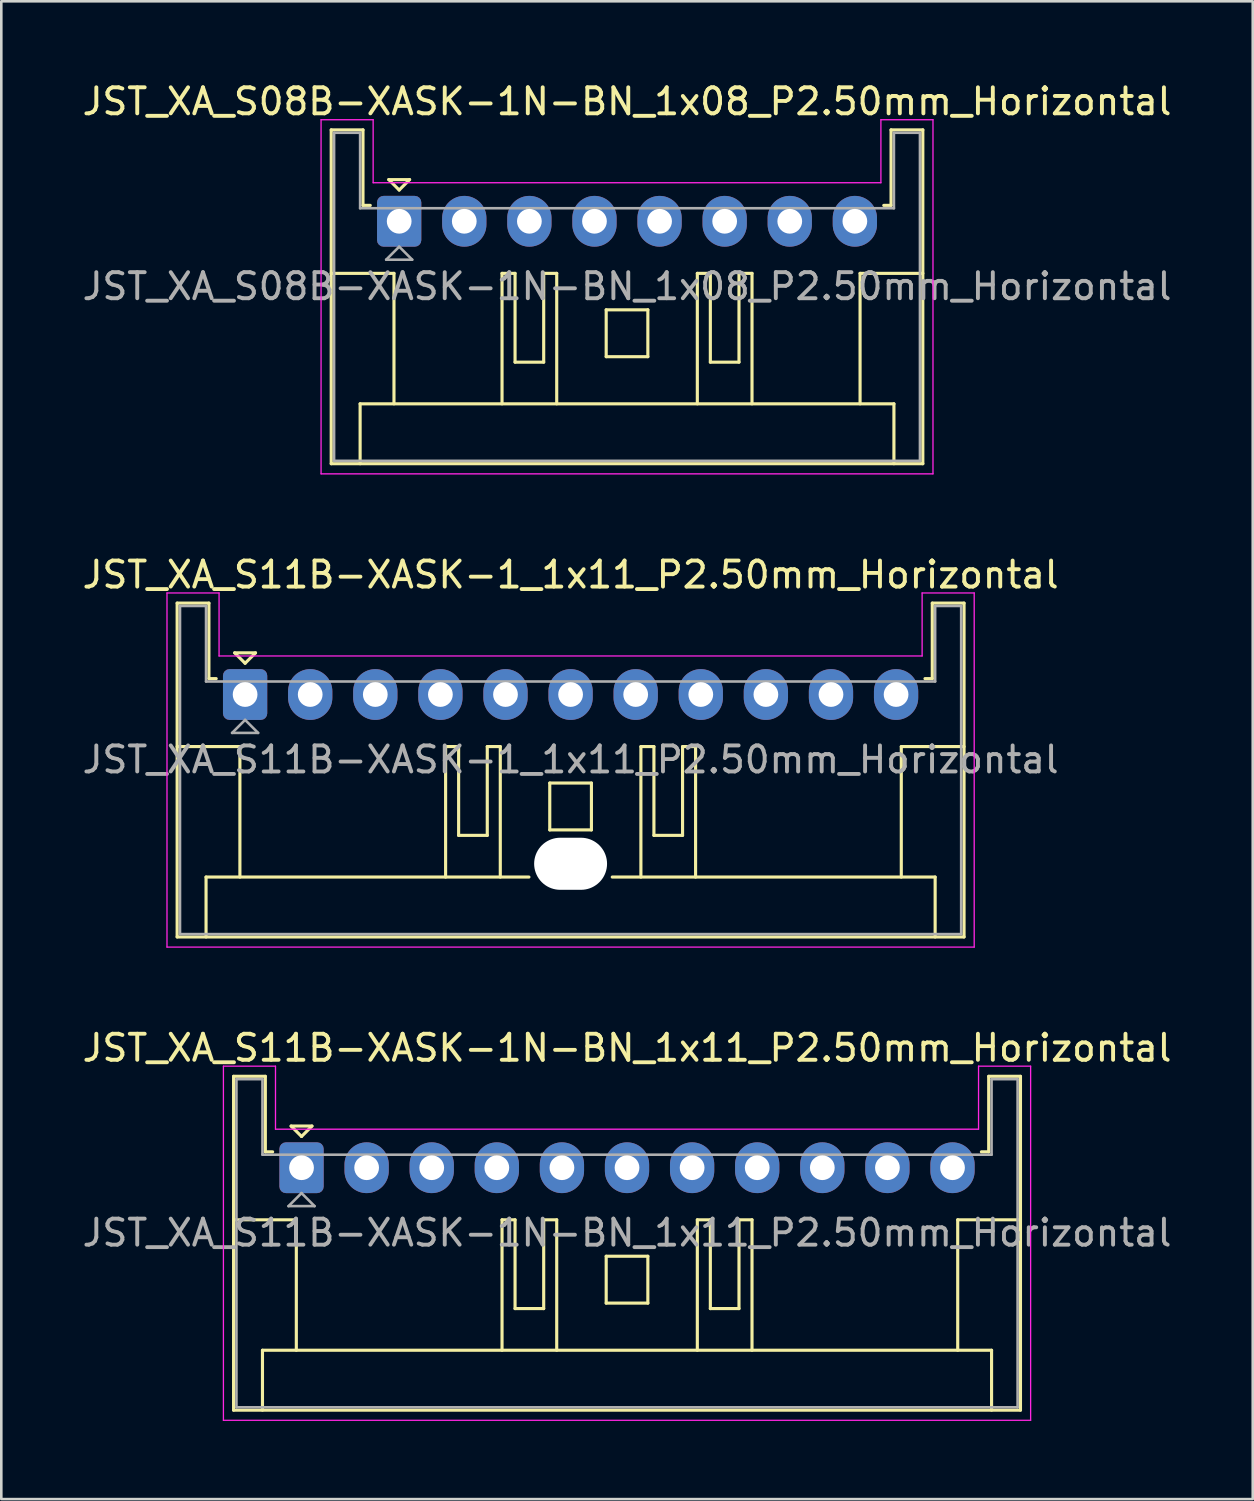
<source format=kicad_pcb>
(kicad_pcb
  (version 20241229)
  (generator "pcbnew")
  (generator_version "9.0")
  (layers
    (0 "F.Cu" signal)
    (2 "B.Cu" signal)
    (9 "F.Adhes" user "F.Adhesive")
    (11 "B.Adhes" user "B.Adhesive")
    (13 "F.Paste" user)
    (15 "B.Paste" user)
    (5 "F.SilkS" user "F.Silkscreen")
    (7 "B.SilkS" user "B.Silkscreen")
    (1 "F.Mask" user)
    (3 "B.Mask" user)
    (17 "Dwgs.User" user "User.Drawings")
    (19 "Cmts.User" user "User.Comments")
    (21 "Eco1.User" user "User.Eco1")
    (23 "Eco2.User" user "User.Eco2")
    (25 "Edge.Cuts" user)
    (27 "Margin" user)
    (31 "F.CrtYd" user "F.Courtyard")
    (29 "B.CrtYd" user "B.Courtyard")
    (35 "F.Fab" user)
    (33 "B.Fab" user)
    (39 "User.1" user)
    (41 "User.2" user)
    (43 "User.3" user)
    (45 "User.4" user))
  (footprint "JST_XA_S11B-XASK-1_1x11_P2.50mm_Horizontal"
    (layer "F.Cu")
    (at 6.363 23.622)
    (property "Reference" "JST_XA_S11B-XASK-1_1x11_P2.50mm_Horizontal" (at 12.5 -4.6 0) (layer "F.SilkS") (effects (font (size 1 1) (thickness 0.15))))
    (attr through_hole)
    (fp_line (start -2.61 -3.51) (end -2.61 9.31) (stroke (width 0.12) (type solid)) (layer "F.SilkS"))
    (fp_line (start -2.61 9.31) (end 27.61 9.31) (stroke (width 0.12) (type solid)) (layer "F.SilkS"))
    (fp_line (start -1.5 7.01) (end 10.9 7.01) (stroke (width 0.12) (type solid)) (layer "F.SilkS"))
    (fp_line (start -1.5 9.31) (end -1.5 7.01) (stroke (width 0.12) (type solid)) (layer "F.SilkS"))
    (fp_line (start -1.39 -3.51) (end -2.61 -3.51) (stroke (width 0.12) (type solid)) (layer "F.SilkS"))
    (fp_line (start -1.39 -0.61) (end -1.39 -3.51) (stroke (width 0.12) (type solid)) (layer "F.SilkS"))
    (fp_line (start -1.11 -0.61) (end -1.39 -0.61) (stroke (width 0.12) (type solid)) (layer "F.SilkS"))
    (fp_line (start -0.4 -1.6) (end 0.4 -1.6) (stroke (width 0.12) (type solid)) (layer "F.SilkS"))
    (fp_line (start -0.2 2) (end -2.61 2) (stroke (width 0.12) (type solid)) (layer "F.SilkS"))
    (fp_line (start -0.2 7.01) (end -0.2 2) (stroke (width 0.12) (type solid)) (layer "F.SilkS"))
    (fp_line (start 0 -1.2) (end -0.4 -1.6) (stroke (width 0.12) (type solid)) (layer "F.SilkS"))
    (fp_line (start 0.4 -1.6) (end 0 -1.2) (stroke (width 0.12) (type solid)) (layer "F.SilkS"))
    (fp_line (start 7.7 2) (end 7.7 7.01) (stroke (width 0.12) (type solid)) (layer "F.SilkS"))
    (fp_line (start 8.2 2) (end 7.7 2) (stroke (width 0.12) (type solid)) (layer "F.SilkS"))
    (fp_line (start 8.2 5.41) (end 8.2 2) (stroke (width 0.12) (type solid)) (layer "F.SilkS"))
    (fp_line (start 9.3 2) (end 9.3 5.41) (stroke (width 0.12) (type solid)) (layer "F.SilkS"))
    (fp_line (start 9.3 5.41) (end 8.2 5.41) (stroke (width 0.12) (type solid)) (layer "F.SilkS"))
    (fp_line (start 9.8 2) (end 9.3 2) (stroke (width 0.12) (type solid)) (layer "F.SilkS"))
    (fp_line (start 9.8 7.01) (end 9.8 2) (stroke (width 0.12) (type solid)) (layer "F.SilkS"))
    (fp_line (start 11.7 3.4) (end 13.3 3.4) (stroke (width 0.12) (type solid)) (layer "F.SilkS"))
    (fp_line (start 11.7 5.2) (end 11.7 3.4) (stroke (width 0.12) (type solid)) (layer "F.SilkS"))
    (fp_line (start 13.3 3.4) (end 13.3 5.2) (stroke (width 0.12) (type solid)) (layer "F.SilkS"))
    (fp_line (start 13.3 5.2) (end 11.7 5.2) (stroke (width 0.12) (type solid)) (layer "F.SilkS"))
    (fp_line (start 14.1 7.01) (end 26.5 7.01) (stroke (width 0.12) (type solid)) (layer "F.SilkS"))
    (fp_line (start 15.2 2) (end 15.7 2) (stroke (width 0.12) (type solid)) (layer "F.SilkS"))
    (fp_line (start 15.2 7.01) (end 15.2 2) (stroke (width 0.12) (type solid)) (layer "F.SilkS"))
    (fp_line (start 15.7 2) (end 15.7 5.41) (stroke (width 0.12) (type solid)) (layer "F.SilkS"))
    (fp_line (start 15.7 5.41) (end 16.8 5.41) (stroke (width 0.12) (type solid)) (layer "F.SilkS"))
    (fp_line (start 16.8 2) (end 17.3 2) (stroke (width 0.12) (type solid)) (layer "F.SilkS"))
    (fp_line (start 16.8 5.41) (end 16.8 2) (stroke (width 0.12) (type solid)) (layer "F.SilkS"))
    (fp_line (start 17.3 2) (end 17.3 7.01) (stroke (width 0.12) (type solid)) (layer "F.SilkS"))
    (fp_line (start 25.2 2) (end 27.61 2) (stroke (width 0.12) (type solid)) (layer "F.SilkS"))
    (fp_line (start 25.2 7.01) (end 25.2 2) (stroke (width 0.12) (type solid)) (layer "F.SilkS"))
    (fp_line (start 26.39 -3.51) (end 26.39 -0.61) (stroke (width 0.12) (type solid)) (layer "F.SilkS"))
    (fp_line (start 26.39 -0.61) (end 26.11 -0.61) (stroke (width 0.12) (type solid)) (layer "F.SilkS"))
    (fp_line (start 26.5 7.01) (end 26.5 9.31) (stroke (width 0.12) (type solid)) (layer "F.SilkS"))
    (fp_line (start 27.61 -3.51) (end 26.39 -3.51) (stroke (width 0.12) (type solid)) (layer "F.SilkS"))
    (fp_line (start 27.61 9.31) (end 27.61 -3.51) (stroke (width 0.12) (type solid)) (layer "F.SilkS"))
    (fp_line (start -3 -3.9) (end -3 9.7) (stroke (width 0.05) (type solid)) (layer "F.CrtYd"))
    (fp_line (start -3 9.7) (end 28 9.7) (stroke (width 0.05) (type solid)) (layer "F.CrtYd"))
    (fp_line (start -1 -3.9) (end -3 -3.9) (stroke (width 0.05) (type solid)) (layer "F.CrtYd"))
    (fp_line (start -1 -1.48) (end -1 -3.9) (stroke (width 0.05) (type solid)) (layer "F.CrtYd"))
    (fp_line (start 26 -3.9) (end 26 -1.48) (stroke (width 0.05) (type solid)) (layer "F.CrtYd"))
    (fp_line (start 26 -1.48) (end -1 -1.48) (stroke (width 0.05) (type solid)) (layer "F.CrtYd"))
    (fp_line (start 28 -3.9) (end 26 -3.9) (stroke (width 0.05) (type solid)) (layer "F.CrtYd"))
    (fp_line (start 28 9.7) (end 28 -3.9) (stroke (width 0.05) (type solid)) (layer "F.CrtYd"))
    (fp_line (start -2.5 -3.4) (end -2.5 9.2) (stroke (width 0.1) (type solid)) (layer "F.Fab"))
    (fp_line (start -2.5 9.2) (end 27.5 9.2) (stroke (width 0.1) (type solid)) (layer "F.Fab"))
    (fp_line (start -1.5 -3.4) (end -2.5 -3.4) (stroke (width 0.1) (type solid)) (layer "F.Fab"))
    (fp_line (start -1.5 -0.5) (end -1.5 -3.4) (stroke (width 0.1) (type solid)) (layer "F.Fab"))
    (fp_line (start -0.5 1.475) (end 0.5 1.475) (stroke (width 0.1) (type solid)) (layer "F.Fab"))
    (fp_line (start 0 0.975) (end -0.5 1.475) (stroke (width 0.1) (type solid)) (layer "F.Fab"))
    (fp_line (start 0.5 1.475) (end 0 0.975) (stroke (width 0.1) (type solid)) (layer "F.Fab"))
    (fp_line (start 26.5 -3.4) (end 26.5 -0.5) (stroke (width 0.1) (type solid)) (layer "F.Fab"))
    (fp_line (start 26.5 -0.5) (end -1.5 -0.5) (stroke (width 0.1) (type solid)) (layer "F.Fab"))
    (fp_line (start 27.5 -3.4) (end 26.5 -3.4) (stroke (width 0.1) (type solid)) (layer "F.Fab"))
    (fp_line (start 27.5 9.2) (end 27.5 -3.4) (stroke (width 0.1) (type solid)) (layer "F.Fab"))
    (fp_text user "${REFERENCE}" (at 12.5 2.5 0) (layer "F.Fab") (effects (font (size 1 1) (thickness 0.15))))
    (pad "" np_thru_hole oval (at 12.5 6.5) (size 2.8 2) (drill oval 2.8 2) (layers "*.Cu" "*.Mask"))
    (pad "1" thru_hole roundrect (at 0 0) (size 1.7 1.95) (drill 0.95) (layers "*.Cu" "*.Mask") (roundrect_rratio 0.147))
    (pad "2" thru_hole oval (at 2.5 0) (size 1.7 1.95) (drill 0.95) (layers "*.Cu" "*.Mask"))
    (pad "3" thru_hole oval (at 5 0) (size 1.7 1.95) (drill 0.95) (layers "*.Cu" "*.Mask"))
    (pad "4" thru_hole oval (at 7.5 0) (size 1.7 1.95) (drill 0.95) (layers "*.Cu" "*.Mask"))
    (pad "5" thru_hole oval (at 10 0) (size 1.7 1.95) (drill 0.95) (layers "*.Cu" "*.Mask"))
    (pad "6" thru_hole oval (at 12.5 0) (size 1.7 1.95) (drill 0.95) (layers "*.Cu" "*.Mask"))
    (pad "7" thru_hole oval (at 15 0) (size 1.7 1.95) (drill 0.95) (layers "*.Cu" "*.Mask"))
    (pad "8" thru_hole oval (at 17.5 0) (size 1.7 1.95) (drill 0.95) (layers "*.Cu" "*.Mask"))
    (pad "9" thru_hole oval (at 20 0) (size 1.7 1.95) (drill 0.95) (layers "*.Cu" "*.Mask"))
    (pad "10" thru_hole oval (at 22.5 0) (size 1.7 1.95) (drill 0.95) (layers "*.Cu" "*.Mask"))
    (pad "11" thru_hole oval (at 25 0) (size 1.7 1.95) (drill 0.95) (layers "*.Cu" "*.Mask")))
  (footprint "JST_XA_S11B-XASK-1N-BN_1x11_P2.50mm_Horizontal"
    (layer "F.Cu")
    (at 8.53 41.795)
    (property "Reference" "JST_XA_S11B-XASK-1N-BN_1x11_P2.50mm_Horizontal" (at 12.5 -4.6 0) (layer "F.SilkS") (effects (font (size 1 1) (thickness 0.15))))
    (attr through_hole)
    (fp_line (start -2.61 -3.51) (end -2.61 9.31) (stroke (width 0.12) (type solid)) (layer "F.SilkS"))
    (fp_line (start -2.61 9.31) (end 27.61 9.31) (stroke (width 0.12) (type solid)) (layer "F.SilkS"))
    (fp_line (start -1.5 7.01) (end 26.5 7.01) (stroke (width 0.12) (type solid)) (layer "F.SilkS"))
    (fp_line (start -1.5 9.31) (end -1.5 7.01) (stroke (width 0.12) (type solid)) (layer "F.SilkS"))
    (fp_line (start -1.39 -3.51) (end -2.61 -3.51) (stroke (width 0.12) (type solid)) (layer "F.SilkS"))
    (fp_line (start -1.39 -0.61) (end -1.39 -3.51) (stroke (width 0.12) (type solid)) (layer "F.SilkS"))
    (fp_line (start -1.11 -0.61) (end -1.39 -0.61) (stroke (width 0.12) (type solid)) (layer "F.SilkS"))
    (fp_line (start -0.4 -1.6) (end 0.4 -1.6) (stroke (width 0.12) (type solid)) (layer "F.SilkS"))
    (fp_line (start -0.2 2) (end -2.61 2) (stroke (width 0.12) (type solid)) (layer "F.SilkS"))
    (fp_line (start -0.2 7.01) (end -0.2 2) (stroke (width 0.12) (type solid)) (layer "F.SilkS"))
    (fp_line (start 0 -1.2) (end -0.4 -1.6) (stroke (width 0.12) (type solid)) (layer "F.SilkS"))
    (fp_line (start 0.4 -1.6) (end 0 -1.2) (stroke (width 0.12) (type solid)) (layer "F.SilkS"))
    (fp_line (start 7.7 2) (end 7.7 7.01) (stroke (width 0.12) (type solid)) (layer "F.SilkS"))
    (fp_line (start 8.2 2) (end 7.7 2) (stroke (width 0.12) (type solid)) (layer "F.SilkS"))
    (fp_line (start 8.2 5.41) (end 8.2 2) (stroke (width 0.12) (type solid)) (layer "F.SilkS"))
    (fp_line (start 9.3 2) (end 9.3 5.41) (stroke (width 0.12) (type solid)) (layer "F.SilkS"))
    (fp_line (start 9.3 5.41) (end 8.2 5.41) (stroke (width 0.12) (type solid)) (layer "F.SilkS"))
    (fp_line (start 9.8 2) (end 9.3 2) (stroke (width 0.12) (type solid)) (layer "F.SilkS"))
    (fp_line (start 9.8 7.01) (end 9.8 2) (stroke (width 0.12) (type solid)) (layer "F.SilkS"))
    (fp_line (start 11.7 3.4) (end 13.3 3.4) (stroke (width 0.12) (type solid)) (layer "F.SilkS"))
    (fp_line (start 11.7 5.2) (end 11.7 3.4) (stroke (width 0.12) (type solid)) (layer "F.SilkS"))
    (fp_line (start 13.3 3.4) (end 13.3 5.2) (stroke (width 0.12) (type solid)) (layer "F.SilkS"))
    (fp_line (start 13.3 5.2) (end 11.7 5.2) (stroke (width 0.12) (type solid)) (layer "F.SilkS"))
    (fp_line (start 15.2 2) (end 15.7 2) (stroke (width 0.12) (type solid)) (layer "F.SilkS"))
    (fp_line (start 15.2 7.01) (end 15.2 2) (stroke (width 0.12) (type solid)) (layer "F.SilkS"))
    (fp_line (start 15.7 2) (end 15.7 5.41) (stroke (width 0.12) (type solid)) (layer "F.SilkS"))
    (fp_line (start 15.7 5.41) (end 16.8 5.41) (stroke (width 0.12) (type solid)) (layer "F.SilkS"))
    (fp_line (start 16.8 2) (end 17.3 2) (stroke (width 0.12) (type solid)) (layer "F.SilkS"))
    (fp_line (start 16.8 5.41) (end 16.8 2) (stroke (width 0.12) (type solid)) (layer "F.SilkS"))
    (fp_line (start 17.3 2) (end 17.3 7.01) (stroke (width 0.12) (type solid)) (layer "F.SilkS"))
    (fp_line (start 25.2 2) (end 27.61 2) (stroke (width 0.12) (type solid)) (layer "F.SilkS"))
    (fp_line (start 25.2 7.01) (end 25.2 2) (stroke (width 0.12) (type solid)) (layer "F.SilkS"))
    (fp_line (start 26.39 -3.51) (end 26.39 -0.61) (stroke (width 0.12) (type solid)) (layer "F.SilkS"))
    (fp_line (start 26.39 -0.61) (end 26.11 -0.61) (stroke (width 0.12) (type solid)) (layer "F.SilkS"))
    (fp_line (start 26.5 7.01) (end 26.5 9.31) (stroke (width 0.12) (type solid)) (layer "F.SilkS"))
    (fp_line (start 27.61 -3.51) (end 26.39 -3.51) (stroke (width 0.12) (type solid)) (layer "F.SilkS"))
    (fp_line (start 27.61 9.31) (end 27.61 -3.51) (stroke (width 0.12) (type solid)) (layer "F.SilkS"))
    (fp_line (start -3 -3.9) (end -3 9.7) (stroke (width 0.05) (type solid)) (layer "F.CrtYd"))
    (fp_line (start -3 9.7) (end 28 9.7) (stroke (width 0.05) (type solid)) (layer "F.CrtYd"))
    (fp_line (start -1 -3.9) (end -3 -3.9) (stroke (width 0.05) (type solid)) (layer "F.CrtYd"))
    (fp_line (start -1 -1.48) (end -1 -3.9) (stroke (width 0.05) (type solid)) (layer "F.CrtYd"))
    (fp_line (start 26 -3.9) (end 26 -1.48) (stroke (width 0.05) (type solid)) (layer "F.CrtYd"))
    (fp_line (start 26 -1.48) (end -1 -1.48) (stroke (width 0.05) (type solid)) (layer "F.CrtYd"))
    (fp_line (start 28 -3.9) (end 26 -3.9) (stroke (width 0.05) (type solid)) (layer "F.CrtYd"))
    (fp_line (start 28 9.7) (end 28 -3.9) (stroke (width 0.05) (type solid)) (layer "F.CrtYd"))
    (fp_line (start -2.5 -3.4) (end -2.5 9.2) (stroke (width 0.1) (type solid)) (layer "F.Fab"))
    (fp_line (start -2.5 9.2) (end 27.5 9.2) (stroke (width 0.1) (type solid)) (layer "F.Fab"))
    (fp_line (start -1.5 -3.4) (end -2.5 -3.4) (stroke (width 0.1) (type solid)) (layer "F.Fab"))
    (fp_line (start -1.5 -0.5) (end -1.5 -3.4) (stroke (width 0.1) (type solid)) (layer "F.Fab"))
    (fp_line (start -0.5 1.475) (end 0.5 1.475) (stroke (width 0.1) (type solid)) (layer "F.Fab"))
    (fp_line (start 0 0.975) (end -0.5 1.475) (stroke (width 0.1) (type solid)) (layer "F.Fab"))
    (fp_line (start 0.5 1.475) (end 0 0.975) (stroke (width 0.1) (type solid)) (layer "F.Fab"))
    (fp_line (start 26.5 -3.4) (end 26.5 -0.5) (stroke (width 0.1) (type solid)) (layer "F.Fab"))
    (fp_line (start 26.5 -0.5) (end -1.5 -0.5) (stroke (width 0.1) (type solid)) (layer "F.Fab"))
    (fp_line (start 27.5 -3.4) (end 26.5 -3.4) (stroke (width 0.1) (type solid)) (layer "F.Fab"))
    (fp_line (start 27.5 9.2) (end 27.5 -3.4) (stroke (width 0.1) (type solid)) (layer "F.Fab"))
    (fp_text user "${REFERENCE}" (at 12.5 2.5 0) (layer "F.Fab") (effects (font (size 1 1) (thickness 0.15))))
    (pad "1" thru_hole roundrect (at 0 0) (size 1.7 1.95) (drill 0.95) (layers "*.Cu" "*.Mask") (roundrect_rratio 0.147))
    (pad "2" thru_hole oval (at 2.5 0) (size 1.7 1.95) (drill 0.95) (layers "*.Cu" "*.Mask"))
    (pad "3" thru_hole oval (at 5 0) (size 1.7 1.95) (drill 0.95) (layers "*.Cu" "*.Mask"))
    (pad "4" thru_hole oval (at 7.5 0) (size 1.7 1.95) (drill 0.95) (layers "*.Cu" "*.Mask"))
    (pad "5" thru_hole oval (at 10 0) (size 1.7 1.95) (drill 0.95) (layers "*.Cu" "*.Mask"))
    (pad "6" thru_hole oval (at 12.5 0) (size 1.7 1.95) (drill 0.95) (layers "*.Cu" "*.Mask"))
    (pad "7" thru_hole oval (at 15 0) (size 1.7 1.95) (drill 0.95) (layers "*.Cu" "*.Mask"))
    (pad "8" thru_hole oval (at 17.5 0) (size 1.7 1.95) (drill 0.95) (layers "*.Cu" "*.Mask"))
    (pad "9" thru_hole oval (at 20 0) (size 1.7 1.95) (drill 0.95) (layers "*.Cu" "*.Mask"))
    (pad "10" thru_hole oval (at 22.5 0) (size 1.7 1.95) (drill 0.95) (layers "*.Cu" "*.Mask"))
    (pad "11" thru_hole oval (at 25 0) (size 1.7 1.95) (drill 0.95) (layers "*.Cu" "*.Mask")))
  (footprint "JST_XA_S08B-XASK-1N-BN_1x08_P2.50mm_Horizontal"
    (layer "F.Cu")
    (at 12.28 5.448)
    (property "Reference" "JST_XA_S08B-XASK-1N-BN_1x08_P2.50mm_Horizontal" (at 8.75 -4.6 0) (layer "F.SilkS") (effects (font (size 1 1) (thickness 0.15))))
    (attr through_hole)
    (fp_line (start -2.61 -3.51) (end -2.61 9.31) (stroke (width 0.12) (type solid)) (layer "F.SilkS"))
    (fp_line (start -2.61 9.31) (end 20.11 9.31) (stroke (width 0.12) (type solid)) (layer "F.SilkS"))
    (fp_line (start -1.5 7.01) (end 19 7.01) (stroke (width 0.12) (type solid)) (layer "F.SilkS"))
    (fp_line (start -1.5 9.31) (end -1.5 7.01) (stroke (width 0.12) (type solid)) (layer "F.SilkS"))
    (fp_line (start -1.39 -3.51) (end -2.61 -3.51) (stroke (width 0.12) (type solid)) (layer "F.SilkS"))
    (fp_line (start -1.39 -0.61) (end -1.39 -3.51) (stroke (width 0.12) (type solid)) (layer "F.SilkS"))
    (fp_line (start -1.11 -0.61) (end -1.39 -0.61) (stroke (width 0.12) (type solid)) (layer "F.SilkS"))
    (fp_line (start -0.4 -1.6) (end 0.4 -1.6) (stroke (width 0.12) (type solid)) (layer "F.SilkS"))
    (fp_line (start -0.2 2) (end -2.61 2) (stroke (width 0.12) (type solid)) (layer "F.SilkS"))
    (fp_line (start -0.2 7.01) (end -0.2 2) (stroke (width 0.12) (type solid)) (layer "F.SilkS"))
    (fp_line (start 0 -1.2) (end -0.4 -1.6) (stroke (width 0.12) (type solid)) (layer "F.SilkS"))
    (fp_line (start 0.4 -1.6) (end 0 -1.2) (stroke (width 0.12) (type solid)) (layer "F.SilkS"))
    (fp_line (start 3.95 2) (end 3.95 7.01) (stroke (width 0.12) (type solid)) (layer "F.SilkS"))
    (fp_line (start 4.45 2) (end 3.95 2) (stroke (width 0.12) (type solid)) (layer "F.SilkS"))
    (fp_line (start 4.45 5.41) (end 4.45 2) (stroke (width 0.12) (type solid)) (layer "F.SilkS"))
    (fp_line (start 5.55 2) (end 5.55 5.41) (stroke (width 0.12) (type solid)) (layer "F.SilkS"))
    (fp_line (start 5.55 5.41) (end 4.45 5.41) (stroke (width 0.12) (type solid)) (layer "F.SilkS"))
    (fp_line (start 6.05 2) (end 5.55 2) (stroke (width 0.12) (type solid)) (layer "F.SilkS"))
    (fp_line (start 6.05 7.01) (end 6.05 2) (stroke (width 0.12) (type solid)) (layer "F.SilkS"))
    (fp_line (start 7.95 3.4) (end 9.55 3.4) (stroke (width 0.12) (type solid)) (layer "F.SilkS"))
    (fp_line (start 7.95 5.2) (end 7.95 3.4) (stroke (width 0.12) (type solid)) (layer "F.SilkS"))
    (fp_line (start 9.55 3.4) (end 9.55 5.2) (stroke (width 0.12) (type solid)) (layer "F.SilkS"))
    (fp_line (start 9.55 5.2) (end 7.95 5.2) (stroke (width 0.12) (type solid)) (layer "F.SilkS"))
    (fp_line (start 11.45 2) (end 11.95 2) (stroke (width 0.12) (type solid)) (layer "F.SilkS"))
    (fp_line (start 11.45 7.01) (end 11.45 2) (stroke (width 0.12) (type solid)) (layer "F.SilkS"))
    (fp_line (start 11.95 2) (end 11.95 5.41) (stroke (width 0.12) (type solid)) (layer "F.SilkS"))
    (fp_line (start 11.95 5.41) (end 13.05 5.41) (stroke (width 0.12) (type solid)) (layer "F.SilkS"))
    (fp_line (start 13.05 2) (end 13.55 2) (stroke (width 0.12) (type solid)) (layer "F.SilkS"))
    (fp_line (start 13.05 5.41) (end 13.05 2) (stroke (width 0.12) (type solid)) (layer "F.SilkS"))
    (fp_line (start 13.55 2) (end 13.55 7.01) (stroke (width 0.12) (type solid)) (layer "F.SilkS"))
    (fp_line (start 17.7 2) (end 20.11 2) (stroke (width 0.12) (type solid)) (layer "F.SilkS"))
    (fp_line (start 17.7 7.01) (end 17.7 2) (stroke (width 0.12) (type solid)) (layer "F.SilkS"))
    (fp_line (start 18.89 -3.51) (end 18.89 -0.61) (stroke (width 0.12) (type solid)) (layer "F.SilkS"))
    (fp_line (start 18.89 -0.61) (end 18.61 -0.61) (stroke (width 0.12) (type solid)) (layer "F.SilkS"))
    (fp_line (start 19 7.01) (end 19 9.31) (stroke (width 0.12) (type solid)) (layer "F.SilkS"))
    (fp_line (start 20.11 -3.51) (end 18.89 -3.51) (stroke (width 0.12) (type solid)) (layer "F.SilkS"))
    (fp_line (start 20.11 9.31) (end 20.11 -3.51) (stroke (width 0.12) (type solid)) (layer "F.SilkS"))
    (fp_line (start -3 -3.9) (end -3 9.7) (stroke (width 0.05) (type solid)) (layer "F.CrtYd"))
    (fp_line (start -3 9.7) (end 20.5 9.7) (stroke (width 0.05) (type solid)) (layer "F.CrtYd"))
    (fp_line (start -1 -3.9) (end -3 -3.9) (stroke (width 0.05) (type solid)) (layer "F.CrtYd"))
    (fp_line (start -1 -1.48) (end -1 -3.9) (stroke (width 0.05) (type solid)) (layer "F.CrtYd"))
    (fp_line (start 18.5 -3.9) (end 18.5 -1.48) (stroke (width 0.05) (type solid)) (layer "F.CrtYd"))
    (fp_line (start 18.5 -1.48) (end -1 -1.48) (stroke (width 0.05) (type solid)) (layer "F.CrtYd"))
    (fp_line (start 20.5 -3.9) (end 18.5 -3.9) (stroke (width 0.05) (type solid)) (layer "F.CrtYd"))
    (fp_line (start 20.5 9.7) (end 20.5 -3.9) (stroke (width 0.05) (type solid)) (layer "F.CrtYd"))
    (fp_line (start -2.5 -3.4) (end -2.5 9.2) (stroke (width 0.1) (type solid)) (layer "F.Fab"))
    (fp_line (start -2.5 9.2) (end 20 9.2) (stroke (width 0.1) (type solid)) (layer "F.Fab"))
    (fp_line (start -1.5 -3.4) (end -2.5 -3.4) (stroke (width 0.1) (type solid)) (layer "F.Fab"))
    (fp_line (start -1.5 -0.5) (end -1.5 -3.4) (stroke (width 0.1) (type solid)) (layer "F.Fab"))
    (fp_line (start -0.5 1.475) (end 0.5 1.475) (stroke (width 0.1) (type solid)) (layer "F.Fab"))
    (fp_line (start 0 0.975) (end -0.5 1.475) (stroke (width 0.1) (type solid)) (layer "F.Fab"))
    (fp_line (start 0.5 1.475) (end 0 0.975) (stroke (width 0.1) (type solid)) (layer "F.Fab"))
    (fp_line (start 19 -3.4) (end 19 -0.5) (stroke (width 0.1) (type solid)) (layer "F.Fab"))
    (fp_line (start 19 -0.5) (end -1.5 -0.5) (stroke (width 0.1) (type solid)) (layer "F.Fab"))
    (fp_line (start 20 -3.4) (end 19 -3.4) (stroke (width 0.1) (type solid)) (layer "F.Fab"))
    (fp_line (start 20 9.2) (end 20 -3.4) (stroke (width 0.1) (type solid)) (layer "F.Fab"))
    (fp_text user "${REFERENCE}" (at 8.75 2.5 0) (layer "F.Fab") (effects (font (size 1 1) (thickness 0.15))))
    (pad "1" thru_hole roundrect (at 0 0) (size 1.7 1.95) (drill 0.95) (layers "*.Cu" "*.Mask") (roundrect_rratio 0.147))
    (pad "2" thru_hole oval (at 2.5 0) (size 1.7 1.95) (drill 0.95) (layers "*.Cu" "*.Mask"))
    (pad "3" thru_hole oval (at 5 0) (size 1.7 1.95) (drill 0.95) (layers "*.Cu" "*.Mask"))
    (pad "4" thru_hole oval (at 7.5 0) (size 1.7 1.95) (drill 0.95) (layers "*.Cu" "*.Mask"))
    (pad "5" thru_hole oval (at 10 0) (size 1.7 1.95) (drill 0.95) (layers "*.Cu" "*.Mask"))
    (pad "6" thru_hole oval (at 12.5 0) (size 1.7 1.95) (drill 0.95) (layers "*.Cu" "*.Mask"))
    (pad "7" thru_hole oval (at 15 0) (size 1.7 1.95) (drill 0.95) (layers "*.Cu" "*.Mask"))
    (pad "8" thru_hole oval (at 17.5 0) (size 1.7 1.95) (drill 0.95) (layers "*.Cu" "*.Mask")))
  (gr_rect
    (start -3 -3)
    (end 45.06 54.52)
    (stroke (width 0.1) (type default))
    (fill no)
    (layer "Edge.Cuts")))
</source>
